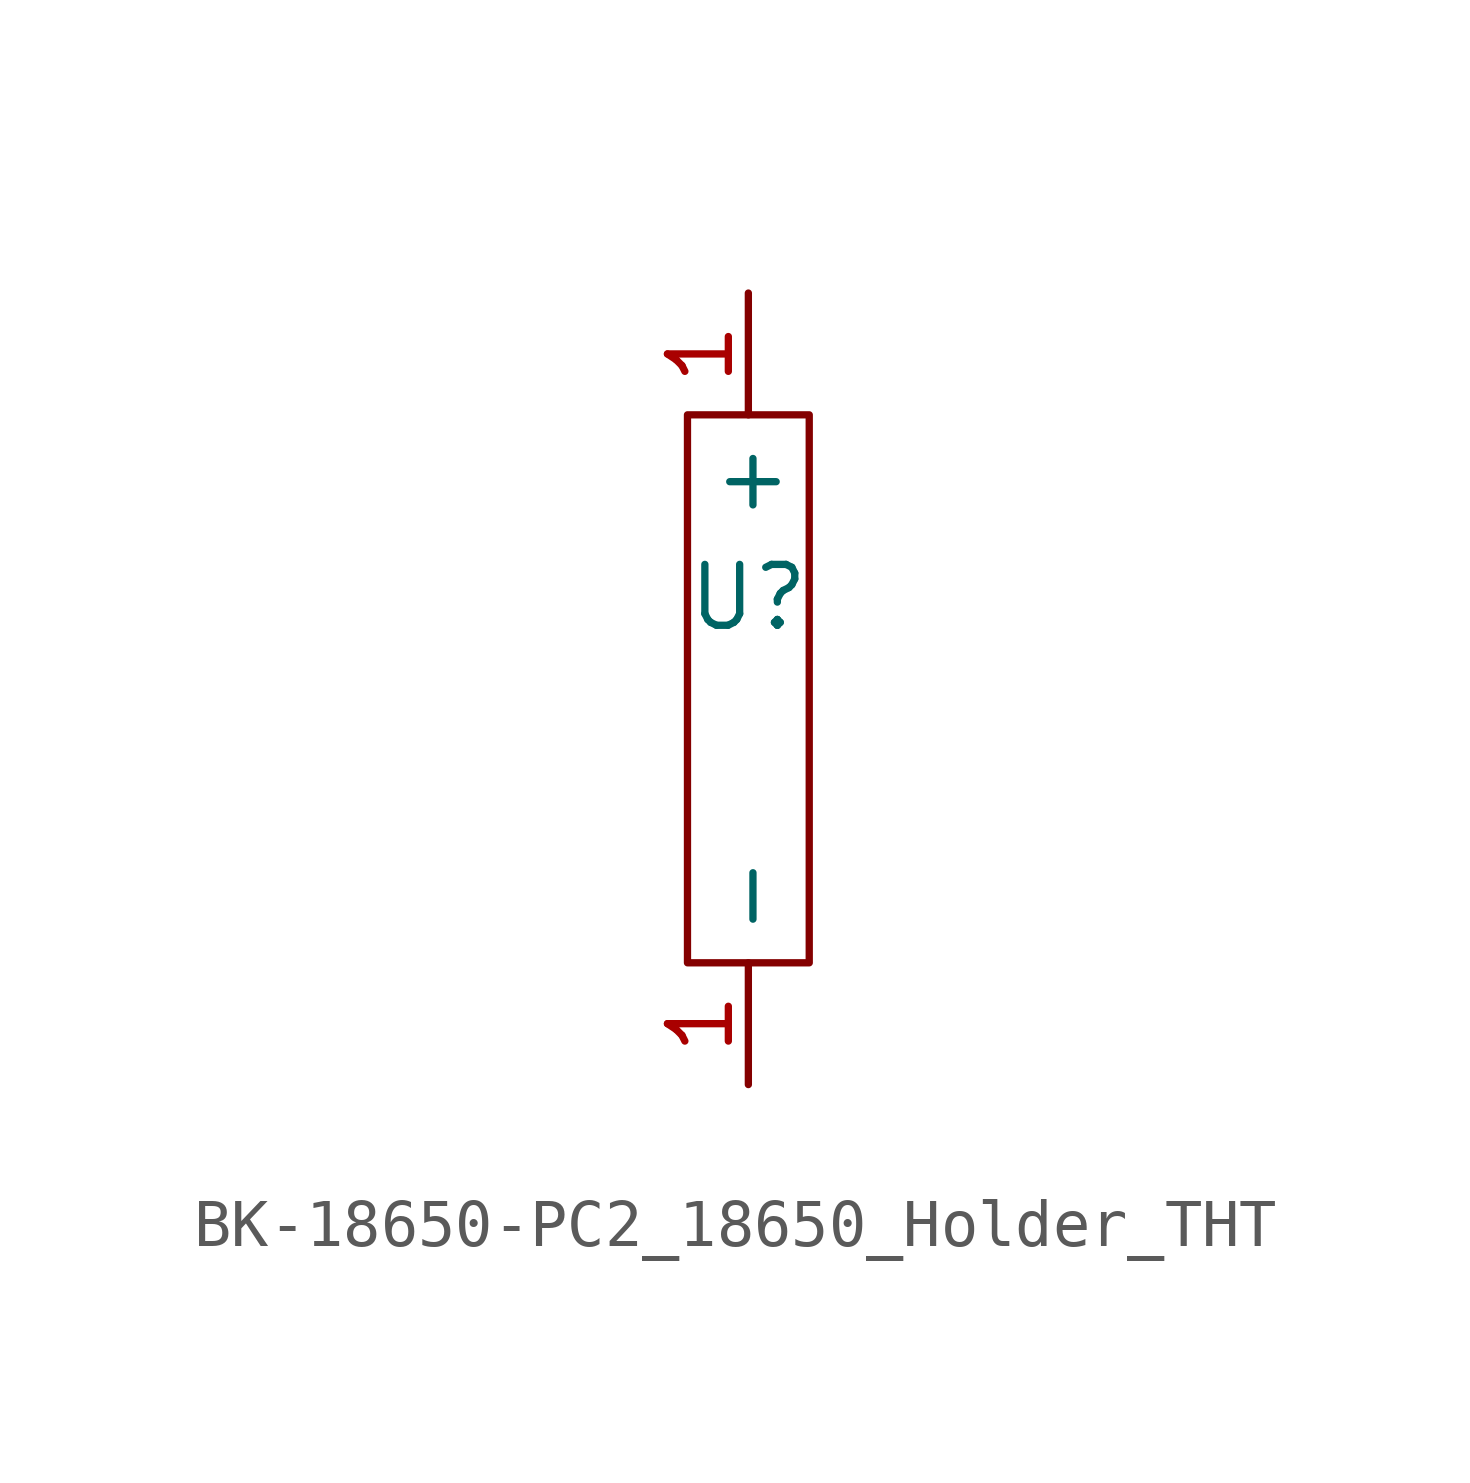
<source format=kicad_sym>
(kicad_symbol_lib
  (version 20231120)
  (generator "kicad_symbol_editor")
  (generator_version "8.0")
  (symbol "BK-18650-PC2_18650_Holder_THT"
    (property "Reference" "U"
      (at 0 -1.27 0)
      (effects (font (size 1.27 1.27))))
    (property "Value" ""
      (at 0 0 0)
      (effects (font (size 1.27 1.27))))
    (symbol "BK-18650-PC2_18650_Holder_THT_0_1"
      (rectangle (start -1.27 2.54) (end 1.27 -8.89) (stroke (width 0) (type default)) (fill (type none))))
    (symbol "BK-18650-PC2_18650_Holder_THT_1_1"
      (pin output line (at 0 5.08 270) (length 2.54) (name "+" (effects (font (size 1.27 1.27)))) (number "1" (effects (font (size 1.27 1.27)))))
      (pin output line (at 0 -11.43 90) (length 2.54) (name "-" (effects (font (size 1.27 1.27)))) (number "1" (effects (font (size 1.27 1.27))))))))
</source>
